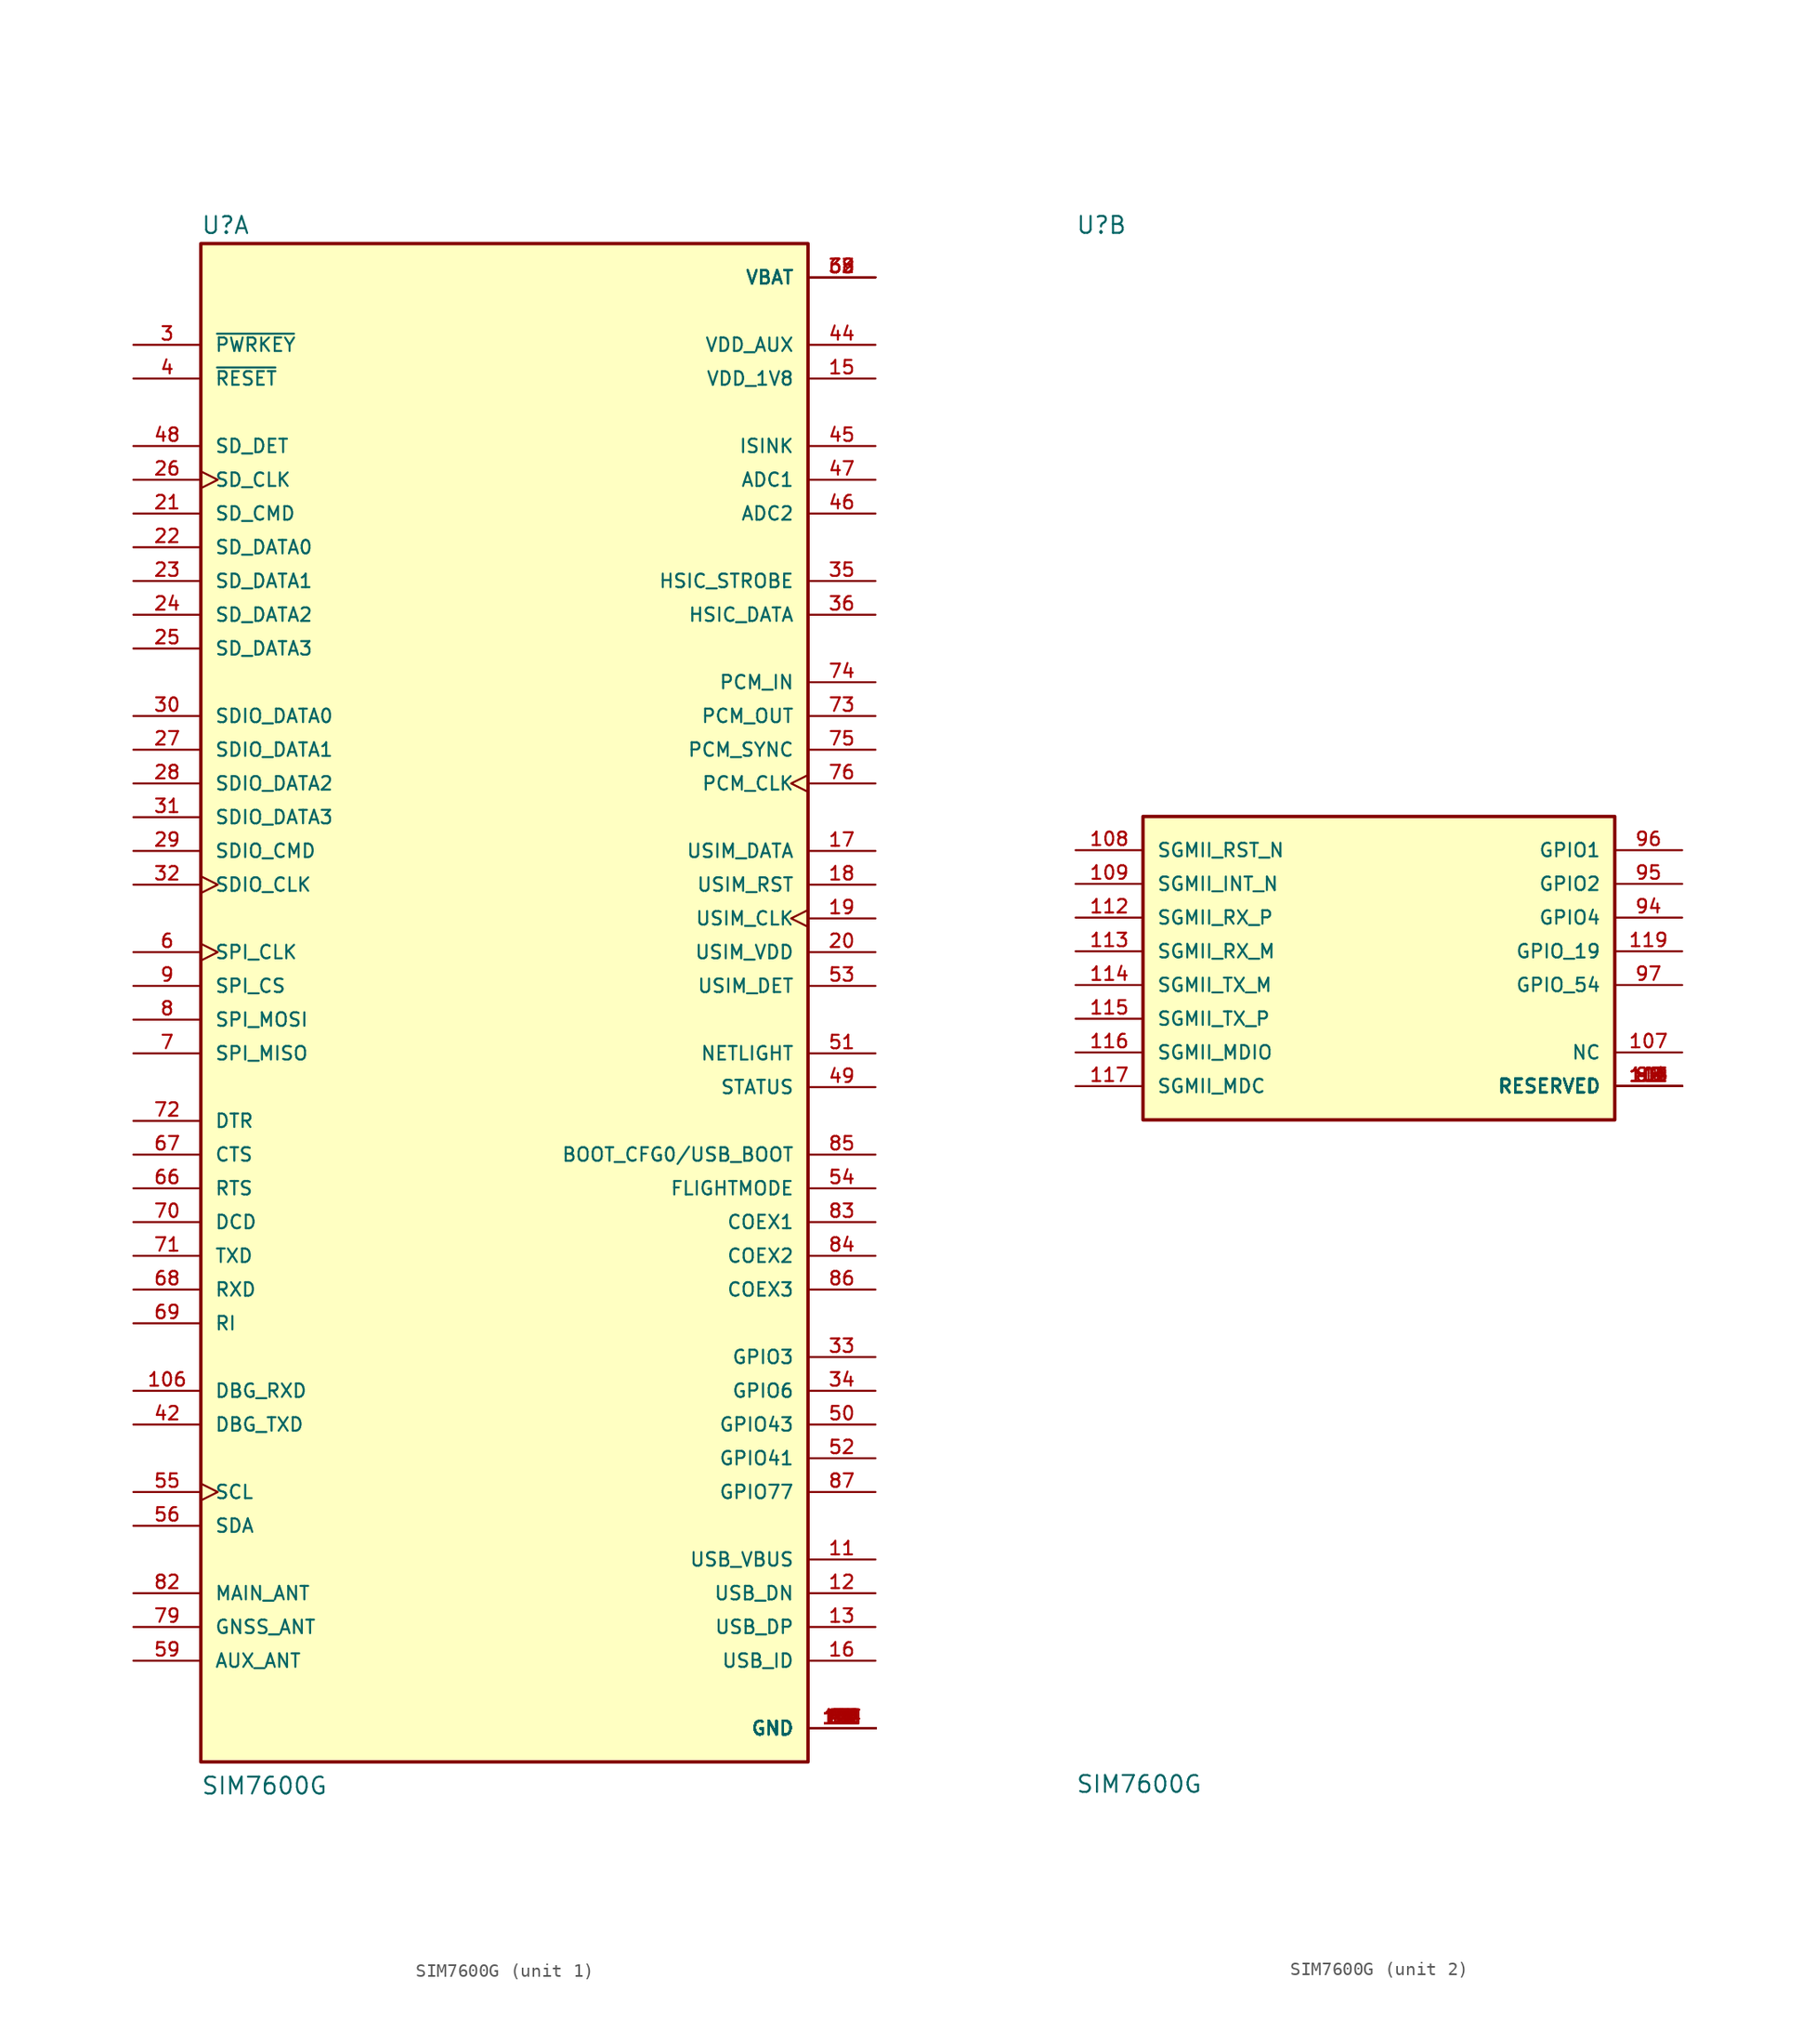
<source format=kicad_sym>
(kicad_symbol_lib
  (version 20211014)
  (generator kicad_symbol_editor)
  (symbol "SIM7600G"
    (pin_names
      (offset 1.016))
    (property "Reference" "U"
      (at -22.86 56.515 0)
      (effects (font (size 1.27 1.27)) (justify left bottom)))
    (property "Value" "SIM7600G"
      (at -22.86 -60.96 0)
      (effects (font (size 1.27 1.27)) (justify left bottom)))
    (property "ki_locked" ""
      (at 0 0 0)
      (effects (font (size 1.27 1.27))))
    (symbol "SIM7600G_1_0"
      (rectangle (start -22.86 -58.42) (end 22.86 55.88) (stroke (width 0.254) (type default) (color 0 0 0 0)) (fill (type background)))
      (pin power_in line (at 27.94 -55.88 180) (length 5.08) (name "GND" (effects (font (size 1.016 1.016)))) (number "1" (effects (font (size 1.016 1.016)))))
      (pin power_in line (at 27.94 -55.88 180) (length 5.08) (name "GND" (effects (font (size 1.016 1.016)))) (number "10" (effects (font (size 1.016 1.016)))))
      (pin input line (at -27.94 -30.48 0) (length 5.08) (name "DBG_RXD" (effects (font (size 1.016 1.016)))) (number "106" (effects (font (size 1.016 1.016)))))
      (pin input line (at 27.94 -43.18 180) (length 5.08) (name "USB_VBUS" (effects (font (size 1.016 1.016)))) (number "11" (effects (font (size 1.016 1.016)))))
      (pin power_in line (at 27.94 -55.88 180) (length 5.08) (name "GND" (effects (font (size 1.016 1.016)))) (number "110" (effects (font (size 1.016 1.016)))))
      (pin power_in line (at 27.94 -55.88 180) (length 5.08) (name "GND" (effects (font (size 1.016 1.016)))) (number "118" (effects (font (size 1.016 1.016)))))
      (pin bidirectional line (at 27.94 -45.72 180) (length 5.08) (name "USB_DN" (effects (font (size 1.016 1.016)))) (number "12" (effects (font (size 1.016 1.016)))))
      (pin power_in line (at 27.94 -55.88 180) (length 5.08) (name "GND" (effects (font (size 1.016 1.016)))) (number "120" (effects (font (size 1.016 1.016)))))
      (pin power_in line (at 27.94 -55.88 180) (length 5.08) (name "GND" (effects (font (size 1.016 1.016)))) (number "121" (effects (font (size 1.016 1.016)))))
      (pin power_in line (at 27.94 -55.88 180) (length 5.08) (name "GND" (effects (font (size 1.016 1.016)))) (number "122" (effects (font (size 1.016 1.016)))))
      (pin power_in line (at 27.94 -55.88 180) (length 5.08) (name "GND" (effects (font (size 1.016 1.016)))) (number "123" (effects (font (size 1.016 1.016)))))
      (pin power_in line (at 27.94 -55.88 180) (length 5.08) (name "GND" (effects (font (size 1.016 1.016)))) (number "124" (effects (font (size 1.016 1.016)))))
      (pin power_in line (at 27.94 -55.88 180) (length 5.08) (name "GND" (effects (font (size 1.016 1.016)))) (number "125" (effects (font (size 1.016 1.016)))))
      (pin power_in line (at 27.94 -55.88 180) (length 5.08) (name "GND" (effects (font (size 1.016 1.016)))) (number "126" (effects (font (size 1.016 1.016)))))
      (pin power_in line (at 27.94 -55.88 180) (length 5.08) (name "GND" (effects (font (size 1.016 1.016)))) (number "127" (effects (font (size 1.016 1.016)))))
      (pin power_in line (at 27.94 -55.88 180) (length 5.08) (name "GND" (effects (font (size 1.016 1.016)))) (number "128" (effects (font (size 1.016 1.016)))))
      (pin power_in line (at 27.94 -55.88 180) (length 5.08) (name "GND" (effects (font (size 1.016 1.016)))) (number "129" (effects (font (size 1.016 1.016)))))
      (pin bidirectional line (at 27.94 -48.26 180) (length 5.08) (name "USB_DP" (effects (font (size 1.016 1.016)))) (number "13" (effects (font (size 1.016 1.016)))))
      (pin power_in line (at 27.94 -55.88 180) (length 5.08) (name "GND" (effects (font (size 1.016 1.016)))) (number "130" (effects (font (size 1.016 1.016)))))
      (pin power_in line (at 27.94 -55.88 180) (length 5.08) (name "GND" (effects (font (size 1.016 1.016)))) (number "131" (effects (font (size 1.016 1.016)))))
      (pin power_in line (at 27.94 -55.88 180) (length 5.08) (name "GND" (effects (font (size 1.016 1.016)))) (number "132" (effects (font (size 1.016 1.016)))))
      (pin power_in line (at 27.94 -55.88 180) (length 5.08) (name "GND" (effects (font (size 1.016 1.016)))) (number "133" (effects (font (size 1.016 1.016)))))
      (pin power_in line (at 27.94 -55.88 180) (length 5.08) (name "GND" (effects (font (size 1.016 1.016)))) (number "134" (effects (font (size 1.016 1.016)))))
      (pin power_in line (at 27.94 -55.88 180) (length 5.08) (name "GND" (effects (font (size 1.016 1.016)))) (number "135" (effects (font (size 1.016 1.016)))))
      (pin power_in line (at 27.94 -55.88 180) (length 5.08) (name "GND" (effects (font (size 1.016 1.016)))) (number "14" (effects (font (size 1.016 1.016)))))
      (pin output line (at 27.94 45.72 180) (length 5.08) (name "VDD_1V8" (effects (font (size 1.016 1.016)))) (number "15" (effects (font (size 1.016 1.016)))))
      (pin input line (at 27.94 -50.8 180) (length 5.08) (name "USB_ID" (effects (font (size 1.016 1.016)))) (number "16" (effects (font (size 1.016 1.016)))))
      (pin bidirectional line (at 27.94 10.16 180) (length 5.08) (name "USIM_DATA" (effects (font (size 1.016 1.016)))) (number "17" (effects (font (size 1.016 1.016)))))
      (pin output line (at 27.94 7.62 180) (length 5.08) (name "USIM_RST" (effects (font (size 1.016 1.016)))) (number "18" (effects (font (size 1.016 1.016)))))
      (pin output clock (at 27.94 5.08 180) (length 5.08) (name "USIM_CLK" (effects (font (size 1.016 1.016)))) (number "19" (effects (font (size 1.016 1.016)))))
      (pin power_in line (at 27.94 -55.88 180) (length 5.08) (name "GND" (effects (font (size 1.016 1.016)))) (number "2" (effects (font (size 1.016 1.016)))))
      (pin output line (at 27.94 2.54 180) (length 5.08) (name "USIM_VDD" (effects (font (size 1.016 1.016)))) (number "20" (effects (font (size 1.016 1.016)))))
      (pin bidirectional line (at -27.94 35.56 0) (length 5.08) (name "SD_CMD" (effects (font (size 1.016 1.016)))) (number "21" (effects (font (size 1.016 1.016)))))
      (pin bidirectional line (at -27.94 33.02 0) (length 5.08) (name "SD_DATA0" (effects (font (size 1.016 1.016)))) (number "22" (effects (font (size 1.016 1.016)))))
      (pin bidirectional line (at -27.94 30.48 0) (length 5.08) (name "SD_DATA1" (effects (font (size 1.016 1.016)))) (number "23" (effects (font (size 1.016 1.016)))))
      (pin bidirectional line (at -27.94 27.94 0) (length 5.08) (name "SD_DATA2" (effects (font (size 1.016 1.016)))) (number "24" (effects (font (size 1.016 1.016)))))
      (pin bidirectional line (at -27.94 25.4 0) (length 5.08) (name "SD_DATA3" (effects (font (size 1.016 1.016)))) (number "25" (effects (font (size 1.016 1.016)))))
      (pin output clock (at -27.94 38.1 0) (length 5.08) (name "SD_CLK" (effects (font (size 1.016 1.016)))) (number "26" (effects (font (size 1.016 1.016)))))
      (pin bidirectional line (at -27.94 17.78 0) (length 5.08) (name "SDIO_DATA1" (effects (font (size 1.016 1.016)))) (number "27" (effects (font (size 1.016 1.016)))))
      (pin bidirectional line (at -27.94 15.24 0) (length 5.08) (name "SDIO_DATA2" (effects (font (size 1.016 1.016)))) (number "28" (effects (font (size 1.016 1.016)))))
      (pin bidirectional line (at -27.94 10.16 0) (length 5.08) (name "SDIO_CMD" (effects (font (size 1.016 1.016)))) (number "29" (effects (font (size 1.016 1.016)))))
      (pin input line (at -27.94 48.26 0) (length 5.08) (name "~{PWRKEY}" (effects (font (size 1.016 1.016)))) (number "3" (effects (font (size 1.016 1.016)))))
      (pin bidirectional line (at -27.94 20.32 0) (length 5.08) (name "SDIO_DATA0" (effects (font (size 1.016 1.016)))) (number "30" (effects (font (size 1.016 1.016)))))
      (pin bidirectional line (at -27.94 12.7 0) (length 5.08) (name "SDIO_DATA3" (effects (font (size 1.016 1.016)))) (number "31" (effects (font (size 1.016 1.016)))))
      (pin output clock (at -27.94 7.62 0) (length 5.08) (name "SDIO_CLK" (effects (font (size 1.016 1.016)))) (number "32" (effects (font (size 1.016 1.016)))))
      (pin bidirectional line (at 27.94 -27.94 180) (length 5.08) (name "GPIO3" (effects (font (size 1.016 1.016)))) (number "33" (effects (font (size 1.016 1.016)))))
      (pin bidirectional line (at 27.94 -30.48 180) (length 5.08) (name "GPIO6" (effects (font (size 1.016 1.016)))) (number "34" (effects (font (size 1.016 1.016)))))
      (pin bidirectional line (at 27.94 30.48 180) (length 5.08) (name "HSIC_STROBE" (effects (font (size 1.016 1.016)))) (number "35" (effects (font (size 1.016 1.016)))))
      (pin bidirectional line (at 27.94 27.94 180) (length 5.08) (name "HSIC_DATA" (effects (font (size 1.016 1.016)))) (number "36" (effects (font (size 1.016 1.016)))))
      (pin power_in line (at 27.94 -55.88 180) (length 5.08) (name "GND" (effects (font (size 1.016 1.016)))) (number "37" (effects (font (size 1.016 1.016)))))
      (pin power_in line (at 27.94 53.34 180) (length 5.08) (name "VBAT" (effects (font (size 1.016 1.016)))) (number "38" (effects (font (size 1.016 1.016)))))
      (pin power_in line (at 27.94 53.34 180) (length 5.08) (name "VBAT" (effects (font (size 1.016 1.016)))) (number "39" (effects (font (size 1.016 1.016)))))
      (pin input line (at -27.94 45.72 0) (length 5.08) (name "~{RESET}" (effects (font (size 1.016 1.016)))) (number "4" (effects (font (size 1.016 1.016)))))
      (pin power_in line (at 27.94 -55.88 180) (length 5.08) (name "GND" (effects (font (size 1.016 1.016)))) (number "40" (effects (font (size 1.016 1.016)))))
      (pin power_in line (at 27.94 -55.88 180) (length 5.08) (name "GND" (effects (font (size 1.016 1.016)))) (number "41" (effects (font (size 1.016 1.016)))))
      (pin output line (at -27.94 -33.02 0) (length 5.08) (name "DBG_TXD" (effects (font (size 1.016 1.016)))) (number "42" (effects (font (size 1.016 1.016)))))
      (pin power_in line (at 27.94 -55.88 180) (length 5.08) (name "GND" (effects (font (size 1.016 1.016)))) (number "43" (effects (font (size 1.016 1.016)))))
      (pin output line (at 27.94 48.26 180) (length 5.08) (name "VDD_AUX" (effects (font (size 1.016 1.016)))) (number "44" (effects (font (size 1.016 1.016)))))
      (pin input line (at 27.94 40.64 180) (length 5.08) (name "ISINK" (effects (font (size 1.016 1.016)))) (number "45" (effects (font (size 1.016 1.016)))))
      (pin input line (at 27.94 35.56 180) (length 5.08) (name "ADC2" (effects (font (size 1.016 1.016)))) (number "46" (effects (font (size 1.016 1.016)))))
      (pin input line (at 27.94 38.1 180) (length 5.08) (name "ADC1" (effects (font (size 1.016 1.016)))) (number "47" (effects (font (size 1.016 1.016)))))
      (pin input line (at -27.94 40.64 0) (length 5.08) (name "SD_DET" (effects (font (size 1.016 1.016)))) (number "48" (effects (font (size 1.016 1.016)))))
      (pin output line (at 27.94 -7.62 180) (length 5.08) (name "STATUS" (effects (font (size 1.016 1.016)))) (number "49" (effects (font (size 1.016 1.016)))))
      (pin power_in line (at 27.94 -55.88 180) (length 5.08) (name "GND" (effects (font (size 1.016 1.016)))) (number "5" (effects (font (size 1.016 1.016)))))
      (pin bidirectional line (at 27.94 -33.02 180) (length 5.08) (name "GPIO43" (effects (font (size 1.016 1.016)))) (number "50" (effects (font (size 1.016 1.016)))))
      (pin output line (at 27.94 -5.08 180) (length 5.08) (name "NETLIGHT" (effects (font (size 1.016 1.016)))) (number "51" (effects (font (size 1.016 1.016)))))
      (pin bidirectional line (at 27.94 -35.56 180) (length 5.08) (name "GPIO41" (effects (font (size 1.016 1.016)))) (number "52" (effects (font (size 1.016 1.016)))))
      (pin bidirectional line (at 27.94 0 180) (length 5.08) (name "USIM_DET" (effects (font (size 1.016 1.016)))) (number "53" (effects (font (size 1.016 1.016)))))
      (pin input line (at 27.94 -15.24 180) (length 5.08) (name "FLIGHTMODE" (effects (font (size 1.016 1.016)))) (number "54" (effects (font (size 1.016 1.016)))))
      (pin output clock (at -27.94 -38.1 0) (length 5.08) (name "SCL" (effects (font (size 1.016 1.016)))) (number "55" (effects (font (size 1.016 1.016)))))
      (pin bidirectional line (at -27.94 -40.64 0) (length 5.08) (name "SDA" (effects (font (size 1.016 1.016)))) (number "56" (effects (font (size 1.016 1.016)))))
      (pin power_in line (at 27.94 -55.88 180) (length 5.08) (name "GND" (effects (font (size 1.016 1.016)))) (number "57" (effects (font (size 1.016 1.016)))))
      (pin power_in line (at 27.94 -55.88 180) (length 5.08) (name "GND" (effects (font (size 1.016 1.016)))) (number "58" (effects (font (size 1.016 1.016)))))
      (pin input line (at -27.94 -50.8 0) (length 5.08) (name "AUX_ANT" (effects (font (size 1.016 1.016)))) (number "59" (effects (font (size 1.016 1.016)))))
      (pin output clock (at -27.94 2.54 0) (length 5.08) (name "SPI_CLK" (effects (font (size 1.016 1.016)))) (number "6" (effects (font (size 1.016 1.016)))))
      (pin power_in line (at 27.94 -55.88 180) (length 5.08) (name "GND" (effects (font (size 1.016 1.016)))) (number "60" (effects (font (size 1.016 1.016)))))
      (pin power_in line (at 27.94 -55.88 180) (length 5.08) (name "GND" (effects (font (size 1.016 1.016)))) (number "61" (effects (font (size 1.016 1.016)))))
      (pin power_in line (at 27.94 53.34 180) (length 5.08) (name "VBAT" (effects (font (size 1.016 1.016)))) (number "62" (effects (font (size 1.016 1.016)))))
      (pin power_in line (at 27.94 53.34 180) (length 5.08) (name "VBAT" (effects (font (size 1.016 1.016)))) (number "63" (effects (font (size 1.016 1.016)))))
      (pin power_in line (at 27.94 -55.88 180) (length 5.08) (name "GND" (effects (font (size 1.016 1.016)))) (number "64" (effects (font (size 1.016 1.016)))))
      (pin power_in line (at 27.94 -55.88 180) (length 5.08) (name "GND" (effects (font (size 1.016 1.016)))) (number "65" (effects (font (size 1.016 1.016)))))
      (pin output line (at -27.94 -15.24 0) (length 5.08) (name "RTS" (effects (font (size 1.016 1.016)))) (number "66" (effects (font (size 1.016 1.016)))))
      (pin input line (at -27.94 -12.7 0) (length 5.08) (name "CTS" (effects (font (size 1.016 1.016)))) (number "67" (effects (font (size 1.016 1.016)))))
      (pin input line (at -27.94 -22.86 0) (length 5.08) (name "RXD" (effects (font (size 1.016 1.016)))) (number "68" (effects (font (size 1.016 1.016)))))
      (pin output line (at -27.94 -25.4 0) (length 5.08) (name "RI" (effects (font (size 1.016 1.016)))) (number "69" (effects (font (size 1.016 1.016)))))
      (pin input line (at -27.94 -5.08 0) (length 5.08) (name "SPI_MISO" (effects (font (size 1.016 1.016)))) (number "7" (effects (font (size 1.016 1.016)))))
      (pin output line (at -27.94 -17.78 0) (length 5.08) (name "DCD" (effects (font (size 1.016 1.016)))) (number "70" (effects (font (size 1.016 1.016)))))
      (pin output line (at -27.94 -20.32 0) (length 5.08) (name "TXD" (effects (font (size 1.016 1.016)))) (number "71" (effects (font (size 1.016 1.016)))))
      (pin input line (at -27.94 -10.16 0) (length 5.08) (name "DTR" (effects (font (size 1.016 1.016)))) (number "72" (effects (font (size 1.016 1.016)))))
      (pin output line (at 27.94 20.32 180) (length 5.08) (name "PCM_OUT" (effects (font (size 1.016 1.016)))) (number "73" (effects (font (size 1.016 1.016)))))
      (pin input line (at 27.94 22.86 180) (length 5.08) (name "PCM_IN" (effects (font (size 1.016 1.016)))) (number "74" (effects (font (size 1.016 1.016)))))
      (pin bidirectional line (at 27.94 17.78 180) (length 5.08) (name "PCM_SYNC" (effects (font (size 1.016 1.016)))) (number "75" (effects (font (size 1.016 1.016)))))
      (pin bidirectional clock (at 27.94 15.24 180) (length 5.08) (name "PCM_CLK" (effects (font (size 1.016 1.016)))) (number "76" (effects (font (size 1.016 1.016)))))
      (pin power_in line (at 27.94 -55.88 180) (length 5.08) (name "GND" (effects (font (size 1.016 1.016)))) (number "77" (effects (font (size 1.016 1.016)))))
      (pin power_in line (at 27.94 -55.88 180) (length 5.08) (name "GND" (effects (font (size 1.016 1.016)))) (number "78" (effects (font (size 1.016 1.016)))))
      (pin input line (at -27.94 -48.26 0) (length 5.08) (name "GNSS_ANT" (effects (font (size 1.016 1.016)))) (number "79" (effects (font (size 1.016 1.016)))))
      (pin output line (at -27.94 -2.54 0) (length 5.08) (name "SPI_MOSI" (effects (font (size 1.016 1.016)))) (number "8" (effects (font (size 1.016 1.016)))))
      (pin power_in line (at 27.94 -55.88 180) (length 5.08) (name "GND" (effects (font (size 1.016 1.016)))) (number "80" (effects (font (size 1.016 1.016)))))
      (pin power_in line (at 27.94 -55.88 180) (length 5.08) (name "GND" (effects (font (size 1.016 1.016)))) (number "81" (effects (font (size 1.016 1.016)))))
      (pin bidirectional line (at -27.94 -45.72 0) (length 5.08) (name "MAIN_ANT" (effects (font (size 1.016 1.016)))) (number "82" (effects (font (size 1.016 1.016)))))
      (pin bidirectional line (at 27.94 -17.78 180) (length 5.08) (name "COEX1" (effects (font (size 1.016 1.016)))) (number "83" (effects (font (size 1.016 1.016)))))
      (pin bidirectional line (at 27.94 -20.32 180) (length 5.08) (name "COEX2" (effects (font (size 1.016 1.016)))) (number "84" (effects (font (size 1.016 1.016)))))
      (pin input line (at 27.94 -12.7 180) (length 5.08) (name "BOOT_CFG0/USB_BOOT" (effects (font (size 1.016 1.016)))) (number "85" (effects (font (size 1.016 1.016)))))
      (pin bidirectional line (at 27.94 -22.86 180) (length 5.08) (name "COEX3" (effects (font (size 1.016 1.016)))) (number "86" (effects (font (size 1.016 1.016)))))
      (pin bidirectional line (at 27.94 -38.1 180) (length 5.08) (name "GPIO77" (effects (font (size 1.016 1.016)))) (number "87" (effects (font (size 1.016 1.016)))))
      (pin output line (at -27.94 0 0) (length 5.08) (name "SPI_CS" (effects (font (size 1.016 1.016)))) (number "9" (effects (font (size 1.016 1.016)))))
      (pin power_in line (at 27.94 -55.88 180) (length 5.08) (name "GND" (effects (font (size 1.016 1.016)))) (number "93" (effects (font (size 1.016 1.016)))))
      (pin power_in line (at 27.94 -55.88 180) (length 5.08) (name "GND" (effects (font (size 1.016 1.016)))) (number "98" (effects (font (size 1.016 1.016))))))
    (symbol "SIM7600G_2_0"
      (rectangle (start -17.78 -10.16) (end 17.78 12.7) (stroke (width 0.254) (type default) (color 0 0 0 0)) (fill (type background)))
      (pin passive line (at 22.86 -7.62 180) (length 5.08) (name "RESERVED" (effects (font (size 1.016 1.016)))) (number "100" (effects (font (size 1.016 1.016)))))
      (pin passive line (at 22.86 -7.62 180) (length 5.08) (name "RESERVED" (effects (font (size 1.016 1.016)))) (number "101" (effects (font (size 1.016 1.016)))))
      (pin passive line (at 22.86 -7.62 180) (length 5.08) (name "RESERVED" (effects (font (size 1.016 1.016)))) (number "102" (effects (font (size 1.016 1.016)))))
      (pin passive line (at 22.86 -7.62 180) (length 5.08) (name "RESERVED" (effects (font (size 1.016 1.016)))) (number "103" (effects (font (size 1.016 1.016)))))
      (pin passive line (at 22.86 -7.62 180) (length 5.08) (name "RESERVED" (effects (font (size 1.016 1.016)))) (number "104" (effects (font (size 1.016 1.016)))))
      (pin passive line (at 22.86 -7.62 180) (length 5.08) (name "RESERVED" (effects (font (size 1.016 1.016)))) (number "105" (effects (font (size 1.016 1.016)))))
      (pin passive line (at 22.86 -5.08 180) (length 5.08) (name "NC" (effects (font (size 1.016 1.016)))) (number "107" (effects (font (size 1.016 1.016)))))
      (pin bidirectional line (at -22.86 10.16 0) (length 5.08) (name "SGMII_RST_N" (effects (font (size 1.016 1.016)))) (number "108" (effects (font (size 1.016 1.016)))))
      (pin bidirectional line (at -22.86 7.62 0) (length 5.08) (name "SGMII_INT_N" (effects (font (size 1.016 1.016)))) (number "109" (effects (font (size 1.016 1.016)))))
      (pin passive line (at 22.86 -7.62 180) (length 5.08) (name "RESERVED" (effects (font (size 1.016 1.016)))) (number "111" (effects (font (size 1.016 1.016)))))
      (pin bidirectional line (at -22.86 5.08 0) (length 5.08) (name "SGMII_RX_P" (effects (font (size 1.016 1.016)))) (number "112" (effects (font (size 1.016 1.016)))))
      (pin bidirectional line (at -22.86 2.54 0) (length 5.08) (name "SGMII_RX_M" (effects (font (size 1.016 1.016)))) (number "113" (effects (font (size 1.016 1.016)))))
      (pin bidirectional line (at -22.86 0 0) (length 5.08) (name "SGMII_TX_M" (effects (font (size 1.016 1.016)))) (number "114" (effects (font (size 1.016 1.016)))))
      (pin bidirectional line (at -22.86 -2.54 0) (length 5.08) (name "SGMII_TX_P" (effects (font (size 1.016 1.016)))) (number "115" (effects (font (size 1.016 1.016)))))
      (pin bidirectional line (at -22.86 -5.08 0) (length 5.08) (name "SGMII_MDIO" (effects (font (size 1.016 1.016)))) (number "116" (effects (font (size 1.016 1.016)))))
      (pin bidirectional line (at -22.86 -7.62 0) (length 5.08) (name "SGMII_MDC" (effects (font (size 1.016 1.016)))) (number "117" (effects (font (size 1.016 1.016)))))
      (pin bidirectional line (at 22.86 2.54 180) (length 5.08) (name "GPIO_19" (effects (font (size 1.016 1.016)))) (number "119" (effects (font (size 1.016 1.016)))))
      (pin passive line (at 22.86 -7.62 180) (length 5.08) (name "RESERVED" (effects (font (size 1.016 1.016)))) (number "88" (effects (font (size 1.016 1.016)))))
      (pin passive line (at 22.86 -7.62 180) (length 5.08) (name "RESERVED" (effects (font (size 1.016 1.016)))) (number "89" (effects (font (size 1.016 1.016)))))
      (pin passive line (at 22.86 -7.62 180) (length 5.08) (name "RESERVED" (effects (font (size 1.016 1.016)))) (number "90" (effects (font (size 1.016 1.016)))))
      (pin passive line (at 22.86 -7.62 180) (length 5.08) (name "RESERVED" (effects (font (size 1.016 1.016)))) (number "91" (effects (font (size 1.016 1.016)))))
      (pin passive line (at 22.86 -7.62 180) (length 5.08) (name "RESERVED" (effects (font (size 1.016 1.016)))) (number "92" (effects (font (size 1.016 1.016)))))
      (pin bidirectional line (at 22.86 5.08 180) (length 5.08) (name "GPIO4" (effects (font (size 1.016 1.016)))) (number "94" (effects (font (size 1.016 1.016)))))
      (pin bidirectional line (at 22.86 7.62 180) (length 5.08) (name "GPIO2" (effects (font (size 1.016 1.016)))) (number "95" (effects (font (size 1.016 1.016)))))
      (pin bidirectional line (at 22.86 10.16 180) (length 5.08) (name "GPIO1" (effects (font (size 1.016 1.016)))) (number "96" (effects (font (size 1.016 1.016)))))
      (pin bidirectional line (at 22.86 0 180) (length 5.08) (name "GPIO_54" (effects (font (size 1.016 1.016)))) (number "97" (effects (font (size 1.016 1.016)))))
      (pin passive line (at 22.86 -7.62 180) (length 5.08) (name "RESERVED" (effects (font (size 1.016 1.016)))) (number "99" (effects (font (size 1.016 1.016))))))))
</source>
